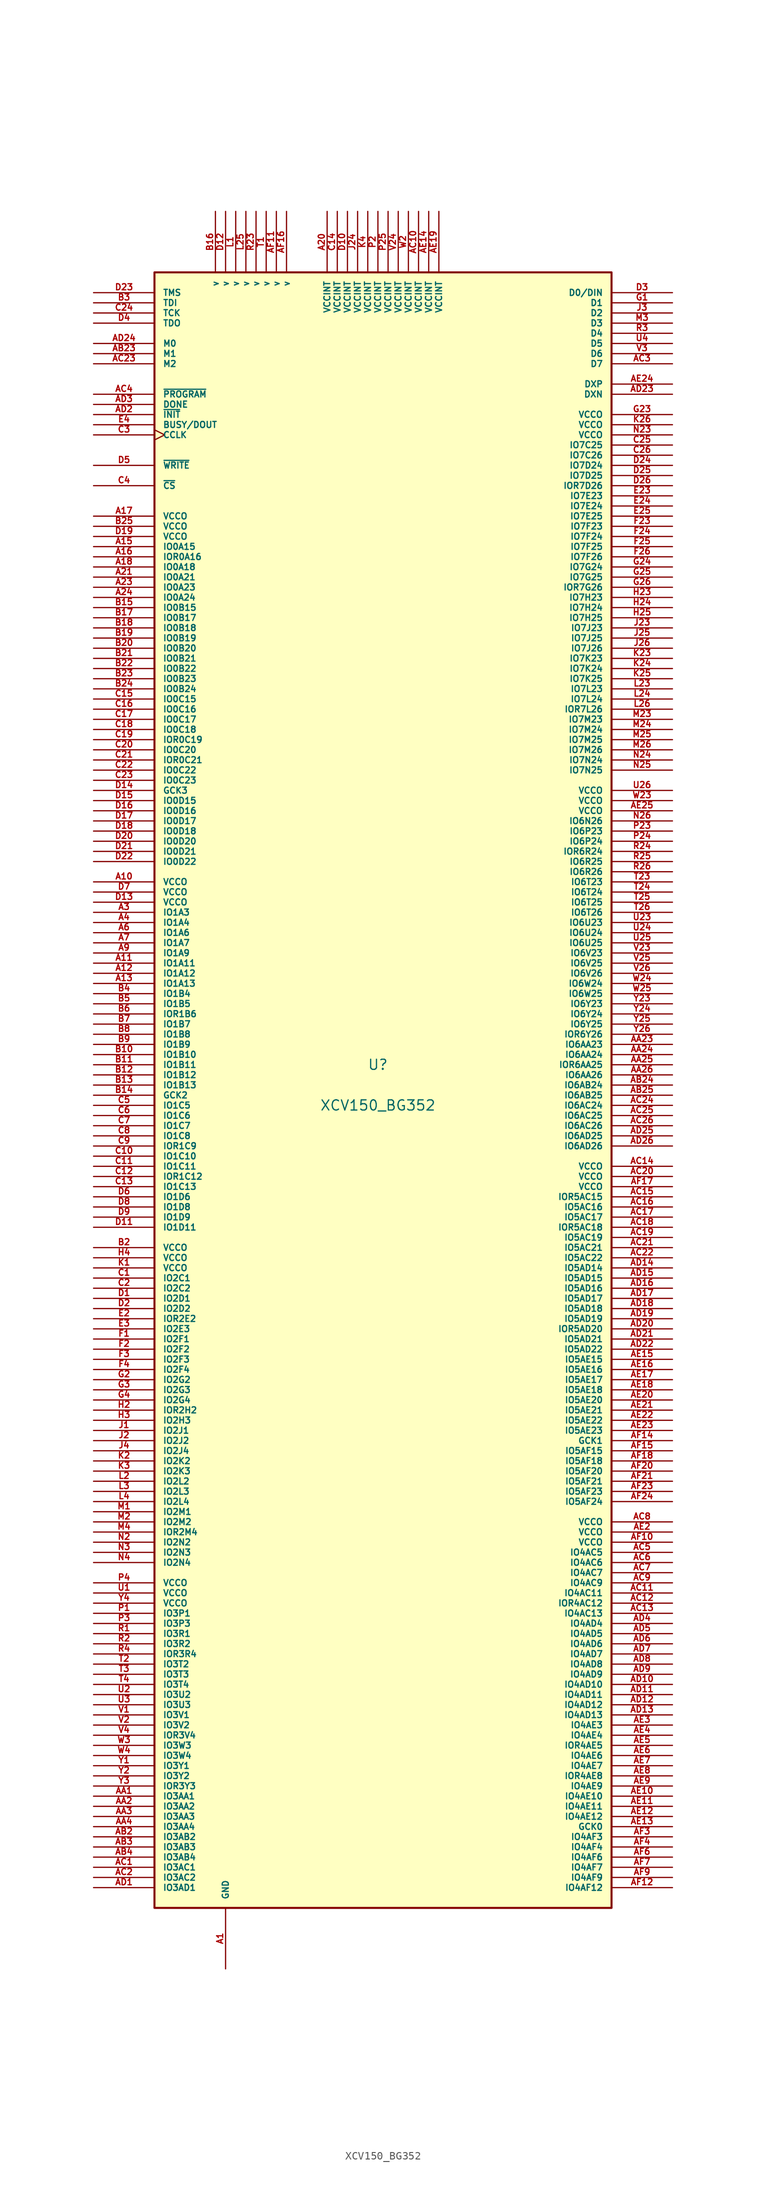
<source format=kicad_sym>
(kicad_symbol_lib
  (version 20241209)
  (generator "kicad_symbol_editor")
  (generator_version "9.0")
  (symbol "XCV150_BG352"
    (pin_names
      (offset 1.016))
    (property "Reference" "U"
      (at 0 2.54 0)
      (effects (font (size 1.27 1.27))))
    (property "Value" "XCV150_BG352"
      (at 0 -2.54 0)
      (effects (font (size 1.27 1.27))))
    (symbol "XCV150_BG352_0_1"
      (rectangle (start -27.94 101.6) (end 29.21 -102.87) (stroke (width 0.254) (type default)) (fill (type background))))
    (symbol "XCV150_BG352_1_1"
      (pin passive line (at -35.56 99.06 0) (length 7.62) (name "TMS" (effects (font (size 0.762 0.762)))) (number "D23" (effects (font (size 0.762 0.762)))))
      (pin passive line (at -35.56 97.79 0) (length 7.62) (name "TDI" (effects (font (size 0.762 0.762)))) (number "B3" (effects (font (size 0.762 0.762)))))
      (pin passive line (at -35.56 96.52 0) (length 7.62) (name "TCK" (effects (font (size 0.762 0.762)))) (number "C24" (effects (font (size 0.762 0.762)))))
      (pin passive line (at -35.56 95.25 0) (length 7.62) (name "TDO" (effects (font (size 0.762 0.762)))) (number "D4" (effects (font (size 0.762 0.762)))))
      (pin input line (at -35.56 92.71 0) (length 7.62) (name "M0" (effects (font (size 0.762 0.762)))) (number "AD24" (effects (font (size 0.762 0.762)))))
      (pin input line (at -35.56 91.44 0) (length 7.62) (name "M1" (effects (font (size 0.762 0.762)))) (number "AB23" (effects (font (size 0.762 0.762)))))
      (pin input line (at -35.56 90.17 0) (length 7.62) (name "M2" (effects (font (size 0.762 0.762)))) (number "AC23" (effects (font (size 0.762 0.762)))))
      (pin input line (at -35.56 86.36 0) (length 7.62) (name "~{PROGRAM}" (effects (font (size 0.762 0.762)))) (number "AC4" (effects (font (size 0.762 0.762)))))
      (pin bidirectional line (at -35.56 85.09 0) (length 7.62) (name "DONE" (effects (font (size 0.762 0.762)))) (number "AD3" (effects (font (size 0.762 0.762)))))
      (pin bidirectional line (at -35.56 83.82 0) (length 7.62) (name "~{INIT}" (effects (font (size 0.762 0.762)))) (number "AD2" (effects (font (size 0.762 0.762)))))
      (pin output line (at -35.56 82.55 0) (length 7.62) (name "BUSY/DOUT" (effects (font (size 0.762 0.762)))) (number "E4" (effects (font (size 0.762 0.762)))))
      (pin bidirectional clock (at -35.56 81.28 0) (length 7.62) (name "CCLK" (effects (font (size 0.762 0.762)))) (number "C3" (effects (font (size 0.762 0.762)))))
      (pin input line (at -35.56 77.47 0) (length 7.62) (name "~{WRITE}" (effects (font (size 0.762 0.762)))) (number "D5" (effects (font (size 0.762 0.762)))))
      (pin input line (at -35.56 74.93 0) (length 7.62) (name "~{CS}" (effects (font (size 0.762 0.762)))) (number "C4" (effects (font (size 0.762 0.762)))))
      (pin power_in line (at -35.56 71.12 0) (length 7.62) (name "VCCO" (effects (font (size 0.762 0.762)))) (number "A17" (effects (font (size 0.762 0.762)))))
      (pin power_in line (at -35.56 69.85 0) (length 7.62) (name "VCCO" (effects (font (size 0.762 0.762)))) (number "B25" (effects (font (size 0.762 0.762)))))
      (pin power_in line (at -35.56 68.58 0) (length 7.62) (name "VCCO" (effects (font (size 0.762 0.762)))) (number "D19" (effects (font (size 0.762 0.762)))))
      (pin bidirectional line (at -35.56 67.31 0) (length 7.62) (name "IO0A15" (effects (font (size 0.762 0.762)))) (number "A15" (effects (font (size 0.762 0.762)))))
      (pin bidirectional line (at -35.56 66.04 0) (length 7.62) (name "IOR0A16" (effects (font (size 0.762 0.762)))) (number "A16" (effects (font (size 0.762 0.762)))))
      (pin bidirectional line (at -35.56 64.77 0) (length 7.62) (name "IO0A18" (effects (font (size 0.762 0.762)))) (number "A18" (effects (font (size 0.762 0.762)))))
      (pin bidirectional line (at -35.56 63.5 0) (length 7.62) (name "IO0A21" (effects (font (size 0.762 0.762)))) (number "A21" (effects (font (size 0.762 0.762)))))
      (pin bidirectional line (at -35.56 62.23 0) (length 7.62) (name "IO0A23" (effects (font (size 0.762 0.762)))) (number "A23" (effects (font (size 0.762 0.762)))))
      (pin bidirectional line (at -35.56 60.96 0) (length 7.62) (name "IO0A24" (effects (font (size 0.762 0.762)))) (number "A24" (effects (font (size 0.762 0.762)))))
      (pin bidirectional line (at -35.56 59.69 0) (length 7.62) (name "IO0B15" (effects (font (size 0.762 0.762)))) (number "B15" (effects (font (size 0.762 0.762)))))
      (pin bidirectional line (at -35.56 58.42 0) (length 7.62) (name "IO0B17" (effects (font (size 0.762 0.762)))) (number "B17" (effects (font (size 0.762 0.762)))))
      (pin bidirectional line (at -35.56 57.15 0) (length 7.62) (name "IO0B18" (effects (font (size 0.762 0.762)))) (number "B18" (effects (font (size 0.762 0.762)))))
      (pin bidirectional line (at -35.56 55.88 0) (length 7.62) (name "IO0B19" (effects (font (size 0.762 0.762)))) (number "B19" (effects (font (size 0.762 0.762)))))
      (pin bidirectional line (at -35.56 54.61 0) (length 7.62) (name "IO0B20" (effects (font (size 0.762 0.762)))) (number "B20" (effects (font (size 0.762 0.762)))))
      (pin bidirectional line (at -35.56 53.34 0) (length 7.62) (name "IO0B21" (effects (font (size 0.762 0.762)))) (number "B21" (effects (font (size 0.762 0.762)))))
      (pin bidirectional line (at -35.56 52.07 0) (length 7.62) (name "IO0B22" (effects (font (size 0.762 0.762)))) (number "B22" (effects (font (size 0.762 0.762)))))
      (pin bidirectional line (at -35.56 50.8 0) (length 7.62) (name "IO0B23" (effects (font (size 0.762 0.762)))) (number "B23" (effects (font (size 0.762 0.762)))))
      (pin bidirectional line (at -35.56 49.53 0) (length 7.62) (name "IO0B24" (effects (font (size 0.762 0.762)))) (number "B24" (effects (font (size 0.762 0.762)))))
      (pin bidirectional line (at -35.56 48.26 0) (length 7.62) (name "IO0C15" (effects (font (size 0.762 0.762)))) (number "C15" (effects (font (size 0.762 0.762)))))
      (pin bidirectional line (at -35.56 46.99 0) (length 7.62) (name "IO0C16" (effects (font (size 0.762 0.762)))) (number "C16" (effects (font (size 0.762 0.762)))))
      (pin bidirectional line (at -35.56 45.72 0) (length 7.62) (name "IO0C17" (effects (font (size 0.762 0.762)))) (number "C17" (effects (font (size 0.762 0.762)))))
      (pin bidirectional line (at -35.56 44.45 0) (length 7.62) (name "IO0C18" (effects (font (size 0.762 0.762)))) (number "C18" (effects (font (size 0.762 0.762)))))
      (pin bidirectional line (at -35.56 43.18 0) (length 7.62) (name "IOR0C19" (effects (font (size 0.762 0.762)))) (number "C19" (effects (font (size 0.762 0.762)))))
      (pin bidirectional line (at -35.56 41.91 0) (length 7.62) (name "IO0C20" (effects (font (size 0.762 0.762)))) (number "C20" (effects (font (size 0.762 0.762)))))
      (pin bidirectional line (at -35.56 40.64 0) (length 7.62) (name "IOR0C21" (effects (font (size 0.762 0.762)))) (number "C21" (effects (font (size 0.762 0.762)))))
      (pin bidirectional line (at -35.56 39.37 0) (length 7.62) (name "IO0C22" (effects (font (size 0.762 0.762)))) (number "C22" (effects (font (size 0.762 0.762)))))
      (pin bidirectional line (at -35.56 38.1 0) (length 7.62) (name "IO0C23" (effects (font (size 0.762 0.762)))) (number "C23" (effects (font (size 0.762 0.762)))))
      (pin input line (at -35.56 36.83 0) (length 7.62) (name "GCK3" (effects (font (size 0.762 0.762)))) (number "D14" (effects (font (size 0.762 0.762)))))
      (pin bidirectional line (at -35.56 35.56 0) (length 7.62) (name "IO0D15" (effects (font (size 0.762 0.762)))) (number "D15" (effects (font (size 0.762 0.762)))))
      (pin bidirectional line (at -35.56 34.29 0) (length 7.62) (name "IO0D16" (effects (font (size 0.762 0.762)))) (number "D16" (effects (font (size 0.762 0.762)))))
      (pin bidirectional line (at -35.56 33.02 0) (length 7.62) (name "IO0D17" (effects (font (size 0.762 0.762)))) (number "D17" (effects (font (size 0.762 0.762)))))
      (pin bidirectional line (at -35.56 31.75 0) (length 7.62) (name "IO0D18" (effects (font (size 0.762 0.762)))) (number "D18" (effects (font (size 0.762 0.762)))))
      (pin bidirectional line (at -35.56 30.48 0) (length 7.62) (name "IO0D20" (effects (font (size 0.762 0.762)))) (number "D20" (effects (font (size 0.762 0.762)))))
      (pin bidirectional line (at -35.56 29.21 0) (length 7.62) (name "IO0D21" (effects (font (size 0.762 0.762)))) (number "D21" (effects (font (size 0.762 0.762)))))
      (pin bidirectional line (at -35.56 27.94 0) (length 7.62) (name "IO0D22" (effects (font (size 0.762 0.762)))) (number "D22" (effects (font (size 0.762 0.762)))))
      (pin power_in line (at -35.56 25.4 0) (length 7.62) (name "VCCO" (effects (font (size 0.762 0.762)))) (number "A10" (effects (font (size 0.762 0.762)))))
      (pin power_in line (at -35.56 24.13 0) (length 7.62) (name "VCCO" (effects (font (size 0.762 0.762)))) (number "D7" (effects (font (size 0.762 0.762)))))
      (pin power_in line (at -35.56 22.86 0) (length 7.62) (name "VCCO" (effects (font (size 0.762 0.762)))) (number "D13" (effects (font (size 0.762 0.762)))))
      (pin bidirectional line (at -35.56 21.59 0) (length 7.62) (name "IO1A3" (effects (font (size 0.762 0.762)))) (number "A3" (effects (font (size 0.762 0.762)))))
      (pin bidirectional line (at -35.56 20.32 0) (length 7.62) (name "IO1A4" (effects (font (size 0.762 0.762)))) (number "A4" (effects (font (size 0.762 0.762)))))
      (pin bidirectional line (at -35.56 19.05 0) (length 7.62) (name "IO1A6" (effects (font (size 0.762 0.762)))) (number "A6" (effects (font (size 0.762 0.762)))))
      (pin bidirectional line (at -35.56 17.78 0) (length 7.62) (name "IO1A7" (effects (font (size 0.762 0.762)))) (number "A7" (effects (font (size 0.762 0.762)))))
      (pin bidirectional line (at -35.56 16.51 0) (length 7.62) (name "IO1A9" (effects (font (size 0.762 0.762)))) (number "A9" (effects (font (size 0.762 0.762)))))
      (pin bidirectional line (at -35.56 15.24 0) (length 7.62) (name "IO1A11" (effects (font (size 0.762 0.762)))) (number "A11" (effects (font (size 0.762 0.762)))))
      (pin bidirectional line (at -35.56 13.97 0) (length 7.62) (name "IO1A12" (effects (font (size 0.762 0.762)))) (number "A12" (effects (font (size 0.762 0.762)))))
      (pin bidirectional line (at -35.56 12.7 0) (length 7.62) (name "IO1A13" (effects (font (size 0.762 0.762)))) (number "A13" (effects (font (size 0.762 0.762)))))
      (pin bidirectional line (at -35.56 11.43 0) (length 7.62) (name "IO1B4" (effects (font (size 0.762 0.762)))) (number "B4" (effects (font (size 0.762 0.762)))))
      (pin bidirectional line (at -35.56 10.16 0) (length 7.62) (name "IO1B5" (effects (font (size 0.762 0.762)))) (number "B5" (effects (font (size 0.762 0.762)))))
      (pin bidirectional line (at -35.56 8.89 0) (length 7.62) (name "IOR1B6" (effects (font (size 0.762 0.762)))) (number "B6" (effects (font (size 0.762 0.762)))))
      (pin bidirectional line (at -35.56 7.62 0) (length 7.62) (name "IO1B7" (effects (font (size 0.762 0.762)))) (number "B7" (effects (font (size 0.762 0.762)))))
      (pin bidirectional line (at -35.56 6.35 0) (length 7.62) (name "IO1B8" (effects (font (size 0.762 0.762)))) (number "B8" (effects (font (size 0.762 0.762)))))
      (pin bidirectional line (at -35.56 5.08 0) (length 7.62) (name "IO1B9" (effects (font (size 0.762 0.762)))) (number "B9" (effects (font (size 0.762 0.762)))))
      (pin bidirectional line (at -35.56 3.81 0) (length 7.62) (name "IO1B10" (effects (font (size 0.762 0.762)))) (number "B10" (effects (font (size 0.762 0.762)))))
      (pin bidirectional line (at -35.56 2.54 0) (length 7.62) (name "IO1B11" (effects (font (size 0.762 0.762)))) (number "B11" (effects (font (size 0.762 0.762)))))
      (pin bidirectional line (at -35.56 1.27 0) (length 7.62) (name "IO1B12" (effects (font (size 0.762 0.762)))) (number "B12" (effects (font (size 0.762 0.762)))))
      (pin bidirectional line (at -35.56 0 0) (length 7.62) (name "IO1B13" (effects (font (size 0.762 0.762)))) (number "B13" (effects (font (size 0.762 0.762)))))
      (pin input line (at -35.56 -1.27 0) (length 7.62) (name "GCK2" (effects (font (size 0.762 0.762)))) (number "B14" (effects (font (size 0.762 0.762)))))
      (pin bidirectional line (at -35.56 -2.54 0) (length 7.62) (name "IO1C5" (effects (font (size 0.762 0.762)))) (number "C5" (effects (font (size 0.762 0.762)))))
      (pin bidirectional line (at -35.56 -3.81 0) (length 7.62) (name "IO1C6" (effects (font (size 0.762 0.762)))) (number "C6" (effects (font (size 0.762 0.762)))))
      (pin bidirectional line (at -35.56 -5.08 0) (length 7.62) (name "IO1C7" (effects (font (size 0.762 0.762)))) (number "C7" (effects (font (size 0.762 0.762)))))
      (pin bidirectional line (at -35.56 -6.35 0) (length 7.62) (name "IO1C8" (effects (font (size 0.762 0.762)))) (number "C8" (effects (font (size 0.762 0.762)))))
      (pin bidirectional line (at -35.56 -7.62 0) (length 7.62) (name "IOR1C9" (effects (font (size 0.762 0.762)))) (number "C9" (effects (font (size 0.762 0.762)))))
      (pin bidirectional line (at -35.56 -8.89 0) (length 7.62) (name "IO1C10" (effects (font (size 0.762 0.762)))) (number "C10" (effects (font (size 0.762 0.762)))))
      (pin bidirectional line (at -35.56 -10.16 0) (length 7.62) (name "IO1C11" (effects (font (size 0.762 0.762)))) (number "C11" (effects (font (size 0.762 0.762)))))
      (pin bidirectional line (at -35.56 -11.43 0) (length 7.62) (name "IOR1C12" (effects (font (size 0.762 0.762)))) (number "C12" (effects (font (size 0.762 0.762)))))
      (pin bidirectional line (at -35.56 -12.7 0) (length 7.62) (name "IO1C13" (effects (font (size 0.762 0.762)))) (number "C13" (effects (font (size 0.762 0.762)))))
      (pin bidirectional line (at -35.56 -13.97 0) (length 7.62) (name "IO1D6" (effects (font (size 0.762 0.762)))) (number "D6" (effects (font (size 0.762 0.762)))))
      (pin bidirectional line (at -35.56 -15.24 0) (length 7.62) (name "IO1D8" (effects (font (size 0.762 0.762)))) (number "D8" (effects (font (size 0.762 0.762)))))
      (pin bidirectional line (at -35.56 -16.51 0) (length 7.62) (name "IO1D9" (effects (font (size 0.762 0.762)))) (number "D9" (effects (font (size 0.762 0.762)))))
      (pin bidirectional line (at -35.56 -17.78 0) (length 7.62) (name "IO1D11" (effects (font (size 0.762 0.762)))) (number "D11" (effects (font (size 0.762 0.762)))))
      (pin power_in line (at -35.56 -20.32 0) (length 7.62) (name "VCCO" (effects (font (size 0.762 0.762)))) (number "B2" (effects (font (size 0.762 0.762)))))
      (pin power_in line (at -35.56 -21.59 0) (length 7.62) (name "VCCO" (effects (font (size 0.762 0.762)))) (number "H4" (effects (font (size 0.762 0.762)))))
      (pin power_in line (at -35.56 -22.86 0) (length 7.62) (name "VCCO" (effects (font (size 0.762 0.762)))) (number "K1" (effects (font (size 0.762 0.762)))))
      (pin bidirectional line (at -35.56 -24.13 0) (length 7.62) (name "IO2C1" (effects (font (size 0.762 0.762)))) (number "C1" (effects (font (size 0.762 0.762)))))
      (pin bidirectional line (at -35.56 -25.4 0) (length 7.62) (name "IO2C2" (effects (font (size 0.762 0.762)))) (number "C2" (effects (font (size 0.762 0.762)))))
      (pin bidirectional line (at -35.56 -26.67 0) (length 7.62) (name "IO2D1" (effects (font (size 0.762 0.762)))) (number "D1" (effects (font (size 0.762 0.762)))))
      (pin bidirectional line (at -35.56 -27.94 0) (length 7.62) (name "IO2D2" (effects (font (size 0.762 0.762)))) (number "D2" (effects (font (size 0.762 0.762)))))
      (pin bidirectional line (at -35.56 -29.21 0) (length 7.62) (name "IOR2E2" (effects (font (size 0.762 0.762)))) (number "E2" (effects (font (size 0.762 0.762)))))
      (pin bidirectional line (at -35.56 -30.48 0) (length 7.62) (name "IO2E3" (effects (font (size 0.762 0.762)))) (number "E3" (effects (font (size 0.762 0.762)))))
      (pin bidirectional line (at -35.56 -31.75 0) (length 7.62) (name "IO2F1" (effects (font (size 0.762 0.762)))) (number "F1" (effects (font (size 0.762 0.762)))))
      (pin bidirectional line (at -35.56 -33.02 0) (length 7.62) (name "IO2F2" (effects (font (size 0.762 0.762)))) (number "F2" (effects (font (size 0.762 0.762)))))
      (pin bidirectional line (at -35.56 -34.29 0) (length 7.62) (name "IO2F3" (effects (font (size 0.762 0.762)))) (number "F3" (effects (font (size 0.762 0.762)))))
      (pin bidirectional line (at -35.56 -35.56 0) (length 7.62) (name "IO2F4" (effects (font (size 0.762 0.762)))) (number "F4" (effects (font (size 0.762 0.762)))))
      (pin bidirectional line (at -35.56 -36.83 0) (length 7.62) (name "IO2G2" (effects (font (size 0.762 0.762)))) (number "G2" (effects (font (size 0.762 0.762)))))
      (pin bidirectional line (at -35.56 -38.1 0) (length 7.62) (name "IO2G3" (effects (font (size 0.762 0.762)))) (number "G3" (effects (font (size 0.762 0.762)))))
      (pin bidirectional line (at -35.56 -39.37 0) (length 7.62) (name "IO2G4" (effects (font (size 0.762 0.762)))) (number "G4" (effects (font (size 0.762 0.762)))))
      (pin bidirectional line (at -35.56 -40.64 0) (length 7.62) (name "IOR2H2" (effects (font (size 0.762 0.762)))) (number "H2" (effects (font (size 0.762 0.762)))))
      (pin bidirectional line (at -35.56 -41.91 0) (length 7.62) (name "IO2H3" (effects (font (size 0.762 0.762)))) (number "H3" (effects (font (size 0.762 0.762)))))
      (pin bidirectional line (at -35.56 -43.18 0) (length 7.62) (name "IO2J1" (effects (font (size 0.762 0.762)))) (number "J1" (effects (font (size 0.762 0.762)))))
      (pin bidirectional line (at -35.56 -44.45 0) (length 7.62) (name "IO2J2" (effects (font (size 0.762 0.762)))) (number "J2" (effects (font (size 0.762 0.762)))))
      (pin bidirectional line (at -35.56 -45.72 0) (length 7.62) (name "IO2J4" (effects (font (size 0.762 0.762)))) (number "J4" (effects (font (size 0.762 0.762)))))
      (pin bidirectional line (at -35.56 -46.99 0) (length 7.62) (name "IO2K2" (effects (font (size 0.762 0.762)))) (number "K2" (effects (font (size 0.762 0.762)))))
      (pin bidirectional line (at -35.56 -48.26 0) (length 7.62) (name "IO2K3" (effects (font (size 0.762 0.762)))) (number "K3" (effects (font (size 0.762 0.762)))))
      (pin bidirectional line (at -35.56 -49.53 0) (length 7.62) (name "IO2L2" (effects (font (size 0.762 0.762)))) (number "L2" (effects (font (size 0.762 0.762)))))
      (pin bidirectional line (at -35.56 -50.8 0) (length 7.62) (name "IO2L3" (effects (font (size 0.762 0.762)))) (number "L3" (effects (font (size 0.762 0.762)))))
      (pin bidirectional line (at -35.56 -52.07 0) (length 7.62) (name "IO2L4" (effects (font (size 0.762 0.762)))) (number "L4" (effects (font (size 0.762 0.762)))))
      (pin bidirectional line (at -35.56 -53.34 0) (length 7.62) (name "IO2M1" (effects (font (size 0.762 0.762)))) (number "M1" (effects (font (size 0.762 0.762)))))
      (pin bidirectional line (at -35.56 -54.61 0) (length 7.62) (name "IO2M2" (effects (font (size 0.762 0.762)))) (number "M2" (effects (font (size 0.762 0.762)))))
      (pin bidirectional line (at -35.56 -55.88 0) (length 7.62) (name "IOR2M4" (effects (font (size 0.762 0.762)))) (number "M4" (effects (font (size 0.762 0.762)))))
      (pin bidirectional line (at -35.56 -57.15 0) (length 7.62) (name "IO2N2" (effects (font (size 0.762 0.762)))) (number "N2" (effects (font (size 0.762 0.762)))))
      (pin bidirectional line (at -35.56 -58.42 0) (length 7.62) (name "IO2N3" (effects (font (size 0.762 0.762)))) (number "N3" (effects (font (size 0.762 0.762)))))
      (pin bidirectional line (at -35.56 -59.69 0) (length 7.62) (name "IO2N4" (effects (font (size 0.762 0.762)))) (number "N4" (effects (font (size 0.762 0.762)))))
      (pin power_in line (at -35.56 -62.23 0) (length 7.62) (name "VCCO" (effects (font (size 0.762 0.762)))) (number "P4" (effects (font (size 0.762 0.762)))))
      (pin power_in line (at -35.56 -63.5 0) (length 7.62) (name "VCCO" (effects (font (size 0.762 0.762)))) (number "U1" (effects (font (size 0.762 0.762)))))
      (pin power_in line (at -35.56 -64.77 0) (length 7.62) (name "VCCO" (effects (font (size 0.762 0.762)))) (number "Y4" (effects (font (size 0.762 0.762)))))
      (pin bidirectional line (at -35.56 -66.04 0) (length 7.62) (name "IO3P1" (effects (font (size 0.762 0.762)))) (number "P1" (effects (font (size 0.762 0.762)))))
      (pin bidirectional line (at -35.56 -67.31 0) (length 7.62) (name "IO3P3" (effects (font (size 0.762 0.762)))) (number "P3" (effects (font (size 0.762 0.762)))))
      (pin bidirectional line (at -35.56 -68.58 0) (length 7.62) (name "IO3R1" (effects (font (size 0.762 0.762)))) (number "R1" (effects (font (size 0.762 0.762)))))
      (pin bidirectional line (at -35.56 -69.85 0) (length 7.62) (name "IO3R2" (effects (font (size 0.762 0.762)))) (number "R2" (effects (font (size 0.762 0.762)))))
      (pin bidirectional line (at -35.56 -71.12 0) (length 7.62) (name "IOR3R4" (effects (font (size 0.762 0.762)))) (number "R4" (effects (font (size 0.762 0.762)))))
      (pin bidirectional line (at -35.56 -72.39 0) (length 7.62) (name "IO3T2" (effects (font (size 0.762 0.762)))) (number "T2" (effects (font (size 0.762 0.762)))))
      (pin bidirectional line (at -35.56 -73.66 0) (length 7.62) (name "IO3T3" (effects (font (size 0.762 0.762)))) (number "T3" (effects (font (size 0.762 0.762)))))
      (pin bidirectional line (at -35.56 -74.93 0) (length 7.62) (name "IO3T4" (effects (font (size 0.762 0.762)))) (number "T4" (effects (font (size 0.762 0.762)))))
      (pin bidirectional line (at -35.56 -76.2 0) (length 7.62) (name "IO3U2" (effects (font (size 0.762 0.762)))) (number "U2" (effects (font (size 0.762 0.762)))))
      (pin bidirectional line (at -35.56 -77.47 0) (length 7.62) (name "IO3U3" (effects (font (size 0.762 0.762)))) (number "U3" (effects (font (size 0.762 0.762)))))
      (pin bidirectional line (at -35.56 -78.74 0) (length 7.62) (name "IO3V1" (effects (font (size 0.762 0.762)))) (number "V1" (effects (font (size 0.762 0.762)))))
      (pin bidirectional line (at -35.56 -80.01 0) (length 7.62) (name "IO3V2" (effects (font (size 0.762 0.762)))) (number "V2" (effects (font (size 0.762 0.762)))))
      (pin bidirectional line (at -35.56 -81.28 0) (length 7.62) (name "IOR3V4" (effects (font (size 0.762 0.762)))) (number "V4" (effects (font (size 0.762 0.762)))))
      (pin bidirectional line (at -35.56 -82.55 0) (length 7.62) (name "IO3W3" (effects (font (size 0.762 0.762)))) (number "W3" (effects (font (size 0.762 0.762)))))
      (pin bidirectional line (at -35.56 -83.82 0) (length 7.62) (name "IO3W4" (effects (font (size 0.762 0.762)))) (number "W4" (effects (font (size 0.762 0.762)))))
      (pin bidirectional line (at -35.56 -85.09 0) (length 7.62) (name "IO3Y1" (effects (font (size 0.762 0.762)))) (number "Y1" (effects (font (size 0.762 0.762)))))
      (pin bidirectional line (at -35.56 -86.36 0) (length 7.62) (name "IO3Y2" (effects (font (size 0.762 0.762)))) (number "Y2" (effects (font (size 0.762 0.762)))))
      (pin bidirectional line (at -35.56 -87.63 0) (length 7.62) (name "IOR3Y3" (effects (font (size 0.762 0.762)))) (number "Y3" (effects (font (size 0.762 0.762)))))
      (pin bidirectional line (at -35.56 -88.9 0) (length 7.62) (name "IO3AA1" (effects (font (size 0.762 0.762)))) (number "AA1" (effects (font (size 0.762 0.762)))))
      (pin bidirectional line (at -35.56 -90.17 0) (length 7.62) (name "IO3AA2" (effects (font (size 0.762 0.762)))) (number "AA2" (effects (font (size 0.762 0.762)))))
      (pin bidirectional line (at -35.56 -91.44 0) (length 7.62) (name "IO3AA3" (effects (font (size 0.762 0.762)))) (number "AA3" (effects (font (size 0.762 0.762)))))
      (pin bidirectional line (at -35.56 -92.71 0) (length 7.62) (name "IO3AA4" (effects (font (size 0.762 0.762)))) (number "AA4" (effects (font (size 0.762 0.762)))))
      (pin bidirectional line (at -35.56 -93.98 0) (length 7.62) (name "IO3AB2" (effects (font (size 0.762 0.762)))) (number "AB2" (effects (font (size 0.762 0.762)))))
      (pin bidirectional line (at -35.56 -95.25 0) (length 7.62) (name "IO3AB3" (effects (font (size 0.762 0.762)))) (number "AB3" (effects (font (size 0.762 0.762)))))
      (pin bidirectional line (at -35.56 -96.52 0) (length 7.62) (name "IO3AB4" (effects (font (size 0.762 0.762)))) (number "AB4" (effects (font (size 0.762 0.762)))))
      (pin bidirectional line (at -35.56 -97.79 0) (length 7.62) (name "IO3AC1" (effects (font (size 0.762 0.762)))) (number "AC1" (effects (font (size 0.762 0.762)))))
      (pin bidirectional line (at -35.56 -99.06 0) (length 7.62) (name "IO3AC2" (effects (font (size 0.762 0.762)))) (number "AC2" (effects (font (size 0.762 0.762)))))
      (pin bidirectional line (at -35.56 -100.33 0) (length 7.62) (name "IO3AD1" (effects (font (size 0.762 0.762)))) (number "AD1" (effects (font (size 0.762 0.762)))))
      (pin passive line (at -20.32 109.22 270) (length 7.62) (name "v" (effects (font (size 0.762 0.762)))) (number "B16" (effects (font (size 0.762 0.762)))))
      (pin passive line (at -19.05 109.22 270) (length 7.62) (name "v" (effects (font (size 0.762 0.762)))) (number "D12" (effects (font (size 0.762 0.762)))))
      (pin power_in line (at -19.05 -110.49 90) (length 7.62) (name "GND" (effects (font (size 0.762 0.762)))) (number "A1" (effects (font (size 0.762 0.762)))))
      (pin passive line (at -19.05 -110.49 90) (length 7.62) (hide yes) (name "GND" (effects (font (size 0.762 0.762)))) (number "A14" (effects (font (size 0.762 0.762)))))
      (pin passive line (at -19.05 -110.49 90) (length 7.62) (hide yes) (name "GND" (effects (font (size 0.762 0.762)))) (number "A19" (effects (font (size 0.762 0.762)))))
      (pin passive line (at -19.05 -110.49 90) (length 7.62) (hide yes) (name "GND" (effects (font (size 0.762 0.762)))) (number "A2" (effects (font (size 0.762 0.762)))))
      (pin passive line (at -19.05 -110.49 90) (length 7.62) (hide yes) (name "GND" (effects (font (size 0.762 0.762)))) (number "A22" (effects (font (size 0.762 0.762)))))
      (pin passive line (at -19.05 -110.49 90) (length 7.62) (hide yes) (name "GND" (effects (font (size 0.762 0.762)))) (number "A25" (effects (font (size 0.762 0.762)))))
      (pin passive line (at -19.05 -110.49 90) (length 7.62) (hide yes) (name "GND" (effects (font (size 0.762 0.762)))) (number "A26" (effects (font (size 0.762 0.762)))))
      (pin passive line (at -19.05 -110.49 90) (length 7.62) (hide yes) (name "GND" (effects (font (size 0.762 0.762)))) (number "A5" (effects (font (size 0.762 0.762)))))
      (pin passive line (at -19.05 -110.49 90) (length 7.62) (hide yes) (name "GND" (effects (font (size 0.762 0.762)))) (number "A8" (effects (font (size 0.762 0.762)))))
      (pin passive line (at -19.05 -110.49 90) (length 7.62) (hide yes) (name "GND" (effects (font (size 0.762 0.762)))) (number "AB1" (effects (font (size 0.762 0.762)))))
      (pin passive line (at -19.05 -110.49 90) (length 7.62) (hide yes) (name "GND" (effects (font (size 0.762 0.762)))) (number "AB26" (effects (font (size 0.762 0.762)))))
      (pin passive line (at -19.05 -110.49 90) (length 7.62) (hide yes) (name "GND" (effects (font (size 0.762 0.762)))) (number "AE1" (effects (font (size 0.762 0.762)))))
      (pin passive line (at -19.05 -110.49 90) (length 7.62) (hide yes) (name "GND" (effects (font (size 0.762 0.762)))) (number "AE26" (effects (font (size 0.762 0.762)))))
      (pin passive line (at -19.05 -110.49 90) (length 7.62) (hide yes) (name "GND" (effects (font (size 0.762 0.762)))) (number "AF1" (effects (font (size 0.762 0.762)))))
      (pin passive line (at -19.05 -110.49 90) (length 7.62) (hide yes) (name "GND" (effects (font (size 0.762 0.762)))) (number "AF13" (effects (font (size 0.762 0.762)))))
      (pin passive line (at -19.05 -110.49 90) (length 7.62) (hide yes) (name "GND" (effects (font (size 0.762 0.762)))) (number "AF19" (effects (font (size 0.762 0.762)))))
      (pin passive line (at -19.05 -110.49 90) (length 7.62) (hide yes) (name "GND" (effects (font (size 0.762 0.762)))) (number "AF2" (effects (font (size 0.762 0.762)))))
      (pin passive line (at -19.05 -110.49 90) (length 7.62) (hide yes) (name "GND" (effects (font (size 0.762 0.762)))) (number "AF22" (effects (font (size 0.762 0.762)))))
      (pin passive line (at -19.05 -110.49 90) (length 7.62) (hide yes) (name "GND" (effects (font (size 0.762 0.762)))) (number "AF25" (effects (font (size 0.762 0.762)))))
      (pin passive line (at -19.05 -110.49 90) (length 7.62) (hide yes) (name "GND" (effects (font (size 0.762 0.762)))) (number "AF26" (effects (font (size 0.762 0.762)))))
      (pin passive line (at -19.05 -110.49 90) (length 7.62) (hide yes) (name "GND" (effects (font (size 0.762 0.762)))) (number "AF5" (effects (font (size 0.762 0.762)))))
      (pin passive line (at -19.05 -110.49 90) (length 7.62) (hide yes) (name "GND" (effects (font (size 0.762 0.762)))) (number "AF8" (effects (font (size 0.762 0.762)))))
      (pin passive line (at -19.05 -110.49 90) (length 7.62) (hide yes) (name "GND" (effects (font (size 0.762 0.762)))) (number "B1" (effects (font (size 0.762 0.762)))))
      (pin passive line (at -19.05 -110.49 90) (length 7.62) (hide yes) (name "GND" (effects (font (size 0.762 0.762)))) (number "B26" (effects (font (size 0.762 0.762)))))
      (pin passive line (at -19.05 -110.49 90) (length 7.62) (hide yes) (name "GND" (effects (font (size 0.762 0.762)))) (number "E1" (effects (font (size 0.762 0.762)))))
      (pin passive line (at -19.05 -110.49 90) (length 7.62) (hide yes) (name "GND" (effects (font (size 0.762 0.762)))) (number "E26" (effects (font (size 0.762 0.762)))))
      (pin passive line (at -19.05 -110.49 90) (length 7.62) (hide yes) (name "GND" (effects (font (size 0.762 0.762)))) (number "H1" (effects (font (size 0.762 0.762)))))
      (pin passive line (at -19.05 -110.49 90) (length 7.62) (hide yes) (name "GND" (effects (font (size 0.762 0.762)))) (number "H26" (effects (font (size 0.762 0.762)))))
      (pin passive line (at -19.05 -110.49 90) (length 7.62) (hide yes) (name "GND" (effects (font (size 0.762 0.762)))) (number "N1" (effects (font (size 0.762 0.762)))))
      (pin passive line (at -19.05 -110.49 90) (length 7.62) (hide yes) (name "GND" (effects (font (size 0.762 0.762)))) (number "P26" (effects (font (size 0.762 0.762)))))
      (pin passive line (at -19.05 -110.49 90) (length 7.62) (hide yes) (name "GND" (effects (font (size 0.762 0.762)))) (number "W1" (effects (font (size 0.762 0.762)))))
      (pin passive line (at -19.05 -110.49 90) (length 7.62) (hide yes) (name "GND" (effects (font (size 0.762 0.762)))) (number "W26" (effects (font (size 0.762 0.762)))))
      (pin passive line (at -17.78 109.22 270) (length 7.62) (name "v" (effects (font (size 0.762 0.762)))) (number "L1" (effects (font (size 0.762 0.762)))))
      (pin passive line (at -16.51 109.22 270) (length 7.62) (name "v" (effects (font (size 0.762 0.762)))) (number "L25" (effects (font (size 0.762 0.762)))))
      (pin passive line (at -15.24 109.22 270) (length 7.62) (name "v" (effects (font (size 0.762 0.762)))) (number "R23" (effects (font (size 0.762 0.762)))))
      (pin passive line (at -13.97 109.22 270) (length 7.62) (name "v" (effects (font (size 0.762 0.762)))) (number "T1" (effects (font (size 0.762 0.762)))))
      (pin passive line (at -12.7 109.22 270) (length 7.62) (name "v" (effects (font (size 0.762 0.762)))) (number "AF11" (effects (font (size 0.762 0.762)))))
      (pin passive line (at -11.43 109.22 270) (length 7.62) (name "v" (effects (font (size 0.762 0.762)))) (number "AF16" (effects (font (size 0.762 0.762)))))
      (pin power_in line (at -6.35 109.22 270) (length 7.62) (name "VCCINT" (effects (font (size 0.762 0.762)))) (number "A20" (effects (font (size 0.762 0.762)))))
      (pin power_in line (at -5.08 109.22 270) (length 7.62) (name "VCCINT" (effects (font (size 0.762 0.762)))) (number "C14" (effects (font (size 0.762 0.762)))))
      (pin power_in line (at -3.81 109.22 270) (length 7.62) (name "VCCINT" (effects (font (size 0.762 0.762)))) (number "D10" (effects (font (size 0.762 0.762)))))
      (pin power_in line (at -2.54 109.22 270) (length 7.62) (name "VCCINT" (effects (font (size 0.762 0.762)))) (number "J24" (effects (font (size 0.762 0.762)))))
      (pin power_in line (at -1.27 109.22 270) (length 7.62) (name "VCCINT" (effects (font (size 0.762 0.762)))) (number "K4" (effects (font (size 0.762 0.762)))))
      (pin power_in line (at 0 109.22 270) (length 7.62) (name "VCCINT" (effects (font (size 0.762 0.762)))) (number "P2" (effects (font (size 0.762 0.762)))))
      (pin power_in line (at 1.27 109.22 270) (length 7.62) (name "VCCINT" (effects (font (size 0.762 0.762)))) (number "P25" (effects (font (size 0.762 0.762)))))
      (pin power_in line (at 2.54 109.22 270) (length 7.62) (name "VCCINT" (effects (font (size 0.762 0.762)))) (number "V24" (effects (font (size 0.762 0.762)))))
      (pin power_in line (at 3.81 109.22 270) (length 7.62) (name "VCCINT" (effects (font (size 0.762 0.762)))) (number "W2" (effects (font (size 0.762 0.762)))))
      (pin power_in line (at 5.08 109.22 270) (length 7.62) (name "VCCINT" (effects (font (size 0.762 0.762)))) (number "AC10" (effects (font (size 0.762 0.762)))))
      (pin power_in line (at 6.35 109.22 270) (length 7.62) (name "VCCINT" (effects (font (size 0.762 0.762)))) (number "AE14" (effects (font (size 0.762 0.762)))))
      (pin power_in line (at 7.62 109.22 270) (length 7.62) (name "VCCINT" (effects (font (size 0.762 0.762)))) (number "AE19" (effects (font (size 0.762 0.762)))))
      (pin bidirectional line (at 36.83 99.06 180) (length 7.62) (name "D0/DIN" (effects (font (size 0.762 0.762)))) (number "D3" (effects (font (size 0.762 0.762)))))
      (pin bidirectional line (at 36.83 97.79 180) (length 7.62) (name "D1" (effects (font (size 0.762 0.762)))) (number "G1" (effects (font (size 0.762 0.762)))))
      (pin bidirectional line (at 36.83 96.52 180) (length 7.62) (name "D2" (effects (font (size 0.762 0.762)))) (number "J3" (effects (font (size 0.762 0.762)))))
      (pin bidirectional line (at 36.83 95.25 180) (length 7.62) (name "D3" (effects (font (size 0.762 0.762)))) (number "M3" (effects (font (size 0.762 0.762)))))
      (pin bidirectional line (at 36.83 93.98 180) (length 7.62) (name "D4" (effects (font (size 0.762 0.762)))) (number "R3" (effects (font (size 0.762 0.762)))))
      (pin bidirectional line (at 36.83 92.71 180) (length 7.62) (name "D5" (effects (font (size 0.762 0.762)))) (number "U4" (effects (font (size 0.762 0.762)))))
      (pin bidirectional line (at 36.83 91.44 180) (length 7.62) (name "D6" (effects (font (size 0.762 0.762)))) (number "V3" (effects (font (size 0.762 0.762)))))
      (pin bidirectional line (at 36.83 90.17 180) (length 7.62) (name "D7" (effects (font (size 0.762 0.762)))) (number "AC3" (effects (font (size 0.762 0.762)))))
      (pin passive line (at 36.83 87.63 180) (length 7.62) (name "DXP" (effects (font (size 0.762 0.762)))) (number "AE24" (effects (font (size 0.762 0.762)))))
      (pin passive line (at 36.83 86.36 180) (length 7.62) (name "DXN" (effects (font (size 0.762 0.762)))) (number "AD23" (effects (font (size 0.762 0.762)))))
      (pin power_in line (at 36.83 83.82 180) (length 7.62) (name "VCCO" (effects (font (size 0.762 0.762)))) (number "G23" (effects (font (size 0.762 0.762)))))
      (pin power_in line (at 36.83 82.55 180) (length 7.62) (name "VCCO" (effects (font (size 0.762 0.762)))) (number "K26" (effects (font (size 0.762 0.762)))))
      (pin power_in line (at 36.83 81.28 180) (length 7.62) (name "VCCO" (effects (font (size 0.762 0.762)))) (number "N23" (effects (font (size 0.762 0.762)))))
      (pin bidirectional line (at 36.83 80.01 180) (length 7.62) (name "IO7C25" (effects (font (size 0.762 0.762)))) (number "C25" (effects (font (size 0.762 0.762)))))
      (pin bidirectional line (at 36.83 78.74 180) (length 7.62) (name "IO7C26" (effects (font (size 0.762 0.762)))) (number "C26" (effects (font (size 0.762 0.762)))))
      (pin bidirectional line (at 36.83 77.47 180) (length 7.62) (name "IO7D24" (effects (font (size 0.762 0.762)))) (number "D24" (effects (font (size 0.762 0.762)))))
      (pin bidirectional line (at 36.83 76.2 180) (length 7.62) (name "IO7D25" (effects (font (size 0.762 0.762)))) (number "D25" (effects (font (size 0.762 0.762)))))
      (pin bidirectional line (at 36.83 74.93 180) (length 7.62) (name "IOR7D26" (effects (font (size 0.762 0.762)))) (number "D26" (effects (font (size 0.762 0.762)))))
      (pin bidirectional line (at 36.83 73.66 180) (length 7.62) (name "IO7E23" (effects (font (size 0.762 0.762)))) (number "E23" (effects (font (size 0.762 0.762)))))
      (pin bidirectional line (at 36.83 72.39 180) (length 7.62) (name "IO7E24" (effects (font (size 0.762 0.762)))) (number "E24" (effects (font (size 0.762 0.762)))))
      (pin bidirectional line (at 36.83 71.12 180) (length 7.62) (name "IO7E25" (effects (font (size 0.762 0.762)))) (number "E25" (effects (font (size 0.762 0.762)))))
      (pin bidirectional line (at 36.83 69.85 180) (length 7.62) (name "IO7F23" (effects (font (size 0.762 0.762)))) (number "F23" (effects (font (size 0.762 0.762)))))
      (pin bidirectional line (at 36.83 68.58 180) (length 7.62) (name "IO7F24" (effects (font (size 0.762 0.762)))) (number "F24" (effects (font (size 0.762 0.762)))))
      (pin bidirectional line (at 36.83 67.31 180) (length 7.62) (name "IO7F25" (effects (font (size 0.762 0.762)))) (number "F25" (effects (font (size 0.762 0.762)))))
      (pin bidirectional line (at 36.83 66.04 180) (length 7.62) (name "IO7F26" (effects (font (size 0.762 0.762)))) (number "F26" (effects (font (size 0.762 0.762)))))
      (pin bidirectional line (at 36.83 64.77 180) (length 7.62) (name "IO7G24" (effects (font (size 0.762 0.762)))) (number "G24" (effects (font (size 0.762 0.762)))))
      (pin bidirectional line (at 36.83 63.5 180) (length 7.62) (name "IO7G25" (effects (font (size 0.762 0.762)))) (number "G25" (effects (font (size 0.762 0.762)))))
      (pin bidirectional line (at 36.83 62.23 180) (length 7.62) (name "IOR7G26" (effects (font (size 0.762 0.762)))) (number "G26" (effects (font (size 0.762 0.762)))))
      (pin bidirectional line (at 36.83 60.96 180) (length 7.62) (name "IO7H23" (effects (font (size 0.762 0.762)))) (number "H23" (effects (font (size 0.762 0.762)))))
      (pin bidirectional line (at 36.83 59.69 180) (length 7.62) (name "IO7H24" (effects (font (size 0.762 0.762)))) (number "H24" (effects (font (size 0.762 0.762)))))
      (pin bidirectional line (at 36.83 58.42 180) (length 7.62) (name "IO7H25" (effects (font (size 0.762 0.762)))) (number "H25" (effects (font (size 0.762 0.762)))))
      (pin bidirectional line (at 36.83 57.15 180) (length 7.62) (name "IO7J23" (effects (font (size 0.762 0.762)))) (number "J23" (effects (font (size 0.762 0.762)))))
      (pin bidirectional line (at 36.83 55.88 180) (length 7.62) (name "IO7J25" (effects (font (size 0.762 0.762)))) (number "J25" (effects (font (size 0.762 0.762)))))
      (pin bidirectional line (at 36.83 54.61 180) (length 7.62) (name "IO7J26" (effects (font (size 0.762 0.762)))) (number "J26" (effects (font (size 0.762 0.762)))))
      (pin bidirectional line (at 36.83 53.34 180) (length 7.62) (name "IO7K23" (effects (font (size 0.762 0.762)))) (number "K23" (effects (font (size 0.762 0.762)))))
      (pin bidirectional line (at 36.83 52.07 180) (length 7.62) (name "IO7K24" (effects (font (size 0.762 0.762)))) (number "K24" (effects (font (size 0.762 0.762)))))
      (pin bidirectional line (at 36.83 50.8 180) (length 7.62) (name "IO7K25" (effects (font (size 0.762 0.762)))) (number "K25" (effects (font (size 0.762 0.762)))))
      (pin bidirectional line (at 36.83 49.53 180) (length 7.62) (name "IO7L23" (effects (font (size 0.762 0.762)))) (number "L23" (effects (font (size 0.762 0.762)))))
      (pin bidirectional line (at 36.83 48.26 180) (length 7.62) (name "IO7L24" (effects (font (size 0.762 0.762)))) (number "L24" (effects (font (size 0.762 0.762)))))
      (pin bidirectional line (at 36.83 46.99 180) (length 7.62) (name "IOR7L26" (effects (font (size 0.762 0.762)))) (number "L26" (effects (font (size 0.762 0.762)))))
      (pin bidirectional line (at 36.83 45.72 180) (length 7.62) (name "IO7M23" (effects (font (size 0.762 0.762)))) (number "M23" (effects (font (size 0.762 0.762)))))
      (pin bidirectional line (at 36.83 44.45 180) (length 7.62) (name "IO7M24" (effects (font (size 0.762 0.762)))) (number "M24" (effects (font (size 0.762 0.762)))))
      (pin bidirectional line (at 36.83 43.18 180) (length 7.62) (name "IO7M25" (effects (font (size 0.762 0.762)))) (number "M25" (effects (font (size 0.762 0.762)))))
      (pin bidirectional line (at 36.83 41.91 180) (length 7.62) (name "IO7M26" (effects (font (size 0.762 0.762)))) (number "M26" (effects (font (size 0.762 0.762)))))
      (pin bidirectional line (at 36.83 40.64 180) (length 7.62) (name "IO7N24" (effects (font (size 0.762 0.762)))) (number "N24" (effects (font (size 0.762 0.762)))))
      (pin bidirectional line (at 36.83 39.37 180) (length 7.62) (name "IO7N25" (effects (font (size 0.762 0.762)))) (number "N25" (effects (font (size 0.762 0.762)))))
      (pin power_in line (at 36.83 36.83 180) (length 7.62) (name "VCCO" (effects (font (size 0.762 0.762)))) (number "U26" (effects (font (size 0.762 0.762)))))
      (pin power_in line (at 36.83 35.56 180) (length 7.62) (name "VCCO" (effects (font (size 0.762 0.762)))) (number "W23" (effects (font (size 0.762 0.762)))))
      (pin power_in line (at 36.83 34.29 180) (length 7.62) (name "VCCO" (effects (font (size 0.762 0.762)))) (number "AE25" (effects (font (size 0.762 0.762)))))
      (pin bidirectional line (at 36.83 33.02 180) (length 7.62) (name "IO6N26" (effects (font (size 0.762 0.762)))) (number "N26" (effects (font (size 0.762 0.762)))))
      (pin bidirectional line (at 36.83 31.75 180) (length 7.62) (name "IO6P23" (effects (font (size 0.762 0.762)))) (number "P23" (effects (font (size 0.762 0.762)))))
      (pin bidirectional line (at 36.83 30.48 180) (length 7.62) (name "IO6P24" (effects (font (size 0.762 0.762)))) (number "P24" (effects (font (size 0.762 0.762)))))
      (pin bidirectional line (at 36.83 29.21 180) (length 7.62) (name "IOR6R24" (effects (font (size 0.762 0.762)))) (number "R24" (effects (font (size 0.762 0.762)))))
      (pin bidirectional line (at 36.83 27.94 180) (length 7.62) (name "IO6R25" (effects (font (size 0.762 0.762)))) (number "R25" (effects (font (size 0.762 0.762)))))
      (pin bidirectional line (at 36.83 26.67 180) (length 7.62) (name "IO6R26" (effects (font (size 0.762 0.762)))) (number "R26" (effects (font (size 0.762 0.762)))))
      (pin bidirectional line (at 36.83 25.4 180) (length 7.62) (name "IO6T23" (effects (font (size 0.762 0.762)))) (number "T23" (effects (font (size 0.762 0.762)))))
      (pin bidirectional line (at 36.83 24.13 180) (length 7.62) (name "IO6T24" (effects (font (size 0.762 0.762)))) (number "T24" (effects (font (size 0.762 0.762)))))
      (pin bidirectional line (at 36.83 22.86 180) (length 7.62) (name "IO6T25" (effects (font (size 0.762 0.762)))) (number "T25" (effects (font (size 0.762 0.762)))))
      (pin bidirectional line (at 36.83 21.59 180) (length 7.62) (name "IO6T26" (effects (font (size 0.762 0.762)))) (number "T26" (effects (font (size 0.762 0.762)))))
      (pin bidirectional line (at 36.83 20.32 180) (length 7.62) (name "IO6U23" (effects (font (size 0.762 0.762)))) (number "U23" (effects (font (size 0.762 0.762)))))
      (pin bidirectional line (at 36.83 19.05 180) (length 7.62) (name "IO6U24" (effects (font (size 0.762 0.762)))) (number "U24" (effects (font (size 0.762 0.762)))))
      (pin bidirectional line (at 36.83 17.78 180) (length 7.62) (name "IO6U25" (effects (font (size 0.762 0.762)))) (number "U25" (effects (font (size 0.762 0.762)))))
      (pin bidirectional line (at 36.83 16.51 180) (length 7.62) (name "IO6V23" (effects (font (size 0.762 0.762)))) (number "V23" (effects (font (size 0.762 0.762)))))
      (pin bidirectional line (at 36.83 15.24 180) (length 7.62) (name "IO6V25" (effects (font (size 0.762 0.762)))) (number "V25" (effects (font (size 0.762 0.762)))))
      (pin bidirectional line (at 36.83 13.97 180) (length 7.62) (name "IO6V26" (effects (font (size 0.762 0.762)))) (number "V26" (effects (font (size 0.762 0.762)))))
      (pin bidirectional line (at 36.83 12.7 180) (length 7.62) (name "IO6W24" (effects (font (size 0.762 0.762)))) (number "W24" (effects (font (size 0.762 0.762)))))
      (pin bidirectional line (at 36.83 11.43 180) (length 7.62) (name "IO6W25" (effects (font (size 0.762 0.762)))) (number "W25" (effects (font (size 0.762 0.762)))))
      (pin bidirectional line (at 36.83 10.16 180) (length 7.62) (name "IO6Y23" (effects (font (size 0.762 0.762)))) (number "Y23" (effects (font (size 0.762 0.762)))))
      (pin bidirectional line (at 36.83 8.89 180) (length 7.62) (name "IO6Y24" (effects (font (size 0.762 0.762)))) (number "Y24" (effects (font (size 0.762 0.762)))))
      (pin bidirectional line (at 36.83 7.62 180) (length 7.62) (name "IO6Y25" (effects (font (size 0.762 0.762)))) (number "Y25" (effects (font (size 0.762 0.762)))))
      (pin bidirectional line (at 36.83 6.35 180) (length 7.62) (name "IOR6Y26" (effects (font (size 0.762 0.762)))) (number "Y26" (effects (font (size 0.762 0.762)))))
      (pin bidirectional line (at 36.83 5.08 180) (length 7.62) (name "IO6AA23" (effects (font (size 0.762 0.762)))) (number "AA23" (effects (font (size 0.762 0.762)))))
      (pin bidirectional line (at 36.83 3.81 180) (length 7.62) (name "IO6AA24" (effects (font (size 0.762 0.762)))) (number "AA24" (effects (font (size 0.762 0.762)))))
      (pin bidirectional line (at 36.83 2.54 180) (length 7.62) (name "IOR6AA25" (effects (font (size 0.762 0.762)))) (number "AA25" (effects (font (size 0.762 0.762)))))
      (pin bidirectional line (at 36.83 1.27 180) (length 7.62) (name "IO6AA26" (effects (font (size 0.762 0.762)))) (number "AA26" (effects (font (size 0.762 0.762)))))
      (pin bidirectional line (at 36.83 0 180) (length 7.62) (name "IO6AB24" (effects (font (size 0.762 0.762)))) (number "AB24" (effects (font (size 0.762 0.762)))))
      (pin bidirectional line (at 36.83 -1.27 180) (length 7.62) (name "IO6AB25" (effects (font (size 0.762 0.762)))) (number "AB25" (effects (font (size 0.762 0.762)))))
      (pin bidirectional line (at 36.83 -2.54 180) (length 7.62) (name "IO6AC24" (effects (font (size 0.762 0.762)))) (number "AC24" (effects (font (size 0.762 0.762)))))
      (pin bidirectional line (at 36.83 -3.81 180) (length 7.62) (name "IO6AC25" (effects (font (size 0.762 0.762)))) (number "AC25" (effects (font (size 0.762 0.762)))))
      (pin bidirectional line (at 36.83 -5.08 180) (length 7.62) (name "IO6AC26" (effects (font (size 0.762 0.762)))) (number "AC26" (effects (font (size 0.762 0.762)))))
      (pin bidirectional line (at 36.83 -6.35 180) (length 7.62) (name "IO6AD25" (effects (font (size 0.762 0.762)))) (number "AD25" (effects (font (size 0.762 0.762)))))
      (pin bidirectional line (at 36.83 -7.62 180) (length 7.62) (name "IO6AD26" (effects (font (size 0.762 0.762)))) (number "AD26" (effects (font (size 0.762 0.762)))))
      (pin power_in line (at 36.83 -10.16 180) (length 7.62) (name "VCCO" (effects (font (size 0.762 0.762)))) (number "AC14" (effects (font (size 0.762 0.762)))))
      (pin power_in line (at 36.83 -11.43 180) (length 7.62) (name "VCCO" (effects (font (size 0.762 0.762)))) (number "AC20" (effects (font (size 0.762 0.762)))))
      (pin power_in line (at 36.83 -12.7 180) (length 7.62) (name "VCCO" (effects (font (size 0.762 0.762)))) (number "AF17" (effects (font (size 0.762 0.762)))))
      (pin bidirectional line (at 36.83 -13.97 180) (length 7.62) (name "IOR5AC15" (effects (font (size 0.762 0.762)))) (number "AC15" (effects (font (size 0.762 0.762)))))
      (pin bidirectional line (at 36.83 -15.24 180) (length 7.62) (name "IO5AC16" (effects (font (size 0.762 0.762)))) (number "AC16" (effects (font (size 0.762 0.762)))))
      (pin bidirectional line (at 36.83 -16.51 180) (length 7.62) (name "IO5AC17" (effects (font (size 0.762 0.762)))) (number "AC17" (effects (font (size 0.762 0.762)))))
      (pin bidirectional line (at 36.83 -17.78 180) (length 7.62) (name "IOR5AC18" (effects (font (size 0.762 0.762)))) (number "AC18" (effects (font (size 0.762 0.762)))))
      (pin bidirectional line (at 36.83 -19.05 180) (length 7.62) (name "IO5AC19" (effects (font (size 0.762 0.762)))) (number "AC19" (effects (font (size 0.762 0.762)))))
      (pin bidirectional line (at 36.83 -20.32 180) (length 7.62) (name "IO5AC21" (effects (font (size 0.762 0.762)))) (number "AC21" (effects (font (size 0.762 0.762)))))
      (pin bidirectional line (at 36.83 -21.59 180) (length 7.62) (name "IO5AC22" (effects (font (size 0.762 0.762)))) (number "AC22" (effects (font (size 0.762 0.762)))))
      (pin bidirectional line (at 36.83 -22.86 180) (length 7.62) (name "IO5AD14" (effects (font (size 0.762 0.762)))) (number "AD14" (effects (font (size 0.762 0.762)))))
      (pin bidirectional line (at 36.83 -24.13 180) (length 7.62) (name "IO5AD15" (effects (font (size 0.762 0.762)))) (number "AD15" (effects (font (size 0.762 0.762)))))
      (pin bidirectional line (at 36.83 -25.4 180) (length 7.62) (name "IO5AD16" (effects (font (size 0.762 0.762)))) (number "AD16" (effects (font (size 0.762 0.762)))))
      (pin bidirectional line (at 36.83 -26.67 180) (length 7.62) (name "IO5AD17" (effects (font (size 0.762 0.762)))) (number "AD17" (effects (font (size 0.762 0.762)))))
      (pin bidirectional line (at 36.83 -27.94 180) (length 7.62) (name "IO5AD18" (effects (font (size 0.762 0.762)))) (number "AD18" (effects (font (size 0.762 0.762)))))
      (pin bidirectional line (at 36.83 -29.21 180) (length 7.62) (name "IO5AD19" (effects (font (size 0.762 0.762)))) (number "AD19" (effects (font (size 0.762 0.762)))))
      (pin bidirectional line (at 36.83 -30.48 180) (length 7.62) (name "IOR5AD20" (effects (font (size 0.762 0.762)))) (number "AD20" (effects (font (size 0.762 0.762)))))
      (pin bidirectional line (at 36.83 -31.75 180) (length 7.62) (name "IO5AD21" (effects (font (size 0.762 0.762)))) (number "AD21" (effects (font (size 0.762 0.762)))))
      (pin bidirectional line (at 36.83 -33.02 180) (length 7.62) (name "IO5AD22" (effects (font (size 0.762 0.762)))) (number "AD22" (effects (font (size 0.762 0.762)))))
      (pin bidirectional line (at 36.83 -34.29 180) (length 7.62) (name "IO5AE15" (effects (font (size 0.762 0.762)))) (number "AE15" (effects (font (size 0.762 0.762)))))
      (pin bidirectional line (at 36.83 -35.56 180) (length 7.62) (name "IO5AE16" (effects (font (size 0.762 0.762)))) (number "AE16" (effects (font (size 0.762 0.762)))))
      (pin bidirectional line (at 36.83 -36.83 180) (length 7.62) (name "IO5AE17" (effects (font (size 0.762 0.762)))) (number "AE17" (effects (font (size 0.762 0.762)))))
      (pin bidirectional line (at 36.83 -38.1 180) (length 7.62) (name "IO5AE18" (effects (font (size 0.762 0.762)))) (number "AE18" (effects (font (size 0.762 0.762)))))
      (pin bidirectional line (at 36.83 -39.37 180) (length 7.62) (name "IO5AE20" (effects (font (size 0.762 0.762)))) (number "AE20" (effects (font (size 0.762 0.762)))))
      (pin bidirectional line (at 36.83 -40.64 180) (length 7.62) (name "IO5AE21" (effects (font (size 0.762 0.762)))) (number "AE21" (effects (font (size 0.762 0.762)))))
      (pin bidirectional line (at 36.83 -41.91 180) (length 7.62) (name "IO5AE22" (effects (font (size 0.762 0.762)))) (number "AE22" (effects (font (size 0.762 0.762)))))
      (pin bidirectional line (at 36.83 -43.18 180) (length 7.62) (name "IO5AE23" (effects (font (size 0.762 0.762)))) (number "AE23" (effects (font (size 0.762 0.762)))))
      (pin input line (at 36.83 -44.45 180) (length 7.62) (name "GCK1" (effects (font (size 0.762 0.762)))) (number "AF14" (effects (font (size 0.762 0.762)))))
      (pin bidirectional line (at 36.83 -45.72 180) (length 7.62) (name "IO5AF15" (effects (font (size 0.762 0.762)))) (number "AF15" (effects (font (size 0.762 0.762)))))
      (pin bidirectional line (at 36.83 -46.99 180) (length 7.62) (name "IO5AF18" (effects (font (size 0.762 0.762)))) (number "AF18" (effects (font (size 0.762 0.762)))))
      (pin bidirectional line (at 36.83 -48.26 180) (length 7.62) (name "IO5AF20" (effects (font (size 0.762 0.762)))) (number "AF20" (effects (font (size 0.762 0.762)))))
      (pin bidirectional line (at 36.83 -49.53 180) (length 7.62) (name "IO5AF21" (effects (font (size 0.762 0.762)))) (number "AF21" (effects (font (size 0.762 0.762)))))
      (pin bidirectional line (at 36.83 -50.8 180) (length 7.62) (name "IO5AF23" (effects (font (size 0.762 0.762)))) (number "AF23" (effects (font (size 0.762 0.762)))))
      (pin bidirectional line (at 36.83 -52.07 180) (length 7.62) (name "IO5AF24" (effects (font (size 0.762 0.762)))) (number "AF24" (effects (font (size 0.762 0.762)))))
      (pin power_in line (at 36.83 -54.61 180) (length 7.62) (name "VCCO" (effects (font (size 0.762 0.762)))) (number "AC8" (effects (font (size 0.762 0.762)))))
      (pin power_in line (at 36.83 -55.88 180) (length 7.62) (name "VCCO" (effects (font (size 0.762 0.762)))) (number "AE2" (effects (font (size 0.762 0.762)))))
      (pin power_in line (at 36.83 -57.15 180) (length 7.62) (name "VCCO" (effects (font (size 0.762 0.762)))) (number "AF10" (effects (font (size 0.762 0.762)))))
      (pin bidirectional line (at 36.83 -58.42 180) (length 7.62) (name "IO4AC5" (effects (font (size 0.762 0.762)))) (number "AC5" (effects (font (size 0.762 0.762)))))
      (pin bidirectional line (at 36.83 -59.69 180) (length 7.62) (name "IO4AC6" (effects (font (size 0.762 0.762)))) (number "AC6" (effects (font (size 0.762 0.762)))))
      (pin bidirectional line (at 36.83 -60.96 180) (length 7.62) (name "IO4AC7" (effects (font (size 0.762 0.762)))) (number "AC7" (effects (font (size 0.762 0.762)))))
      (pin bidirectional line (at 36.83 -62.23 180) (length 7.62) (name "IO4AC9" (effects (font (size 0.762 0.762)))) (number "AC9" (effects (font (size 0.762 0.762)))))
      (pin bidirectional line (at 36.83 -63.5 180) (length 7.62) (name "IO4AC11" (effects (font (size 0.762 0.762)))) (number "AC11" (effects (font (size 0.762 0.762)))))
      (pin bidirectional line (at 36.83 -64.77 180) (length 7.62) (name "IOR4AC12" (effects (font (size 0.762 0.762)))) (number "AC12" (effects (font (size 0.762 0.762)))))
      (pin bidirectional line (at 36.83 -66.04 180) (length 7.62) (name "IO4AC13" (effects (font (size 0.762 0.762)))) (number "AC13" (effects (font (size 0.762 0.762)))))
      (pin bidirectional line (at 36.83 -67.31 180) (length 7.62) (name "IO4AD4" (effects (font (size 0.762 0.762)))) (number "AD4" (effects (font (size 0.762 0.762)))))
      (pin bidirectional line (at 36.83 -68.58 180) (length 7.62) (name "IO4AD5" (effects (font (size 0.762 0.762)))) (number "AD5" (effects (font (size 0.762 0.762)))))
      (pin bidirectional line (at 36.83 -69.85 180) (length 7.62) (name "IO4AD6" (effects (font (size 0.762 0.762)))) (number "AD6" (effects (font (size 0.762 0.762)))))
      (pin bidirectional line (at 36.83 -71.12 180) (length 7.62) (name "IO4AD7" (effects (font (size 0.762 0.762)))) (number "AD7" (effects (font (size 0.762 0.762)))))
      (pin bidirectional line (at 36.83 -72.39 180) (length 7.62) (name "IO4AD8" (effects (font (size 0.762 0.762)))) (number "AD8" (effects (font (size 0.762 0.762)))))
      (pin bidirectional line (at 36.83 -73.66 180) (length 7.62) (name "IO4AD9" (effects (font (size 0.762 0.762)))) (number "AD9" (effects (font (size 0.762 0.762)))))
      (pin bidirectional line (at 36.83 -74.93 180) (length 7.62) (name "IO4AD10" (effects (font (size 0.762 0.762)))) (number "AD10" (effects (font (size 0.762 0.762)))))
      (pin bidirectional line (at 36.83 -76.2 180) (length 7.62) (name "IO4AD11" (effects (font (size 0.762 0.762)))) (number "AD11" (effects (font (size 0.762 0.762)))))
      (pin bidirectional line (at 36.83 -77.47 180) (length 7.62) (name "IO4AD12" (effects (font (size 0.762 0.762)))) (number "AD12" (effects (font (size 0.762 0.762)))))
      (pin bidirectional line (at 36.83 -78.74 180) (length 7.62) (name "IO4AD13" (effects (font (size 0.762 0.762)))) (number "AD13" (effects (font (size 0.762 0.762)))))
      (pin bidirectional line (at 36.83 -80.01 180) (length 7.62) (name "IO4AE3" (effects (font (size 0.762 0.762)))) (number "AE3" (effects (font (size 0.762 0.762)))))
      (pin bidirectional line (at 36.83 -81.28 180) (length 7.62) (name "IO4AE4" (effects (font (size 0.762 0.762)))) (number "AE4" (effects (font (size 0.762 0.762)))))
      (pin bidirectional line (at 36.83 -82.55 180) (length 7.62) (name "IOR4AE5" (effects (font (size 0.762 0.762)))) (number "AE5" (effects (font (size 0.762 0.762)))))
      (pin bidirectional line (at 36.83 -83.82 180) (length 7.62) (name "IO4AE6" (effects (font (size 0.762 0.762)))) (number "AE6" (effects (font (size 0.762 0.762)))))
      (pin bidirectional line (at 36.83 -85.09 180) (length 7.62) (name "IO4AE7" (effects (font (size 0.762 0.762)))) (number "AE7" (effects (font (size 0.762 0.762)))))
      (pin bidirectional line (at 36.83 -86.36 180) (length 7.62) (name "IOR4AE8" (effects (font (size 0.762 0.762)))) (number "AE8" (effects (font (size 0.762 0.762)))))
      (pin bidirectional line (at 36.83 -87.63 180) (length 7.62) (name "IO4AE9" (effects (font (size 0.762 0.762)))) (number "AE9" (effects (font (size 0.762 0.762)))))
      (pin bidirectional line (at 36.83 -88.9 180) (length 7.62) (name "IO4AE10" (effects (font (size 0.762 0.762)))) (number "AE10" (effects (font (size 0.762 0.762)))))
      (pin bidirectional line (at 36.83 -90.17 180) (length 7.62) (name "IO4AE11" (effects (font (size 0.762 0.762)))) (number "AE11" (effects (font (size 0.762 0.762)))))
      (pin bidirectional line (at 36.83 -91.44 180) (length 7.62) (name "IO4AE12" (effects (font (size 0.762 0.762)))) (number "AE12" (effects (font (size 0.762 0.762)))))
      (pin input line (at 36.83 -92.71 180) (length 7.62) (name "GCK0" (effects (font (size 0.762 0.762)))) (number "AE13" (effects (font (size 0.762 0.762)))))
      (pin bidirectional line (at 36.83 -93.98 180) (length 7.62) (name "IO4AF3" (effects (font (size 0.762 0.762)))) (number "AF3" (effects (font (size 0.762 0.762)))))
      (pin bidirectional line (at 36.83 -95.25 180) (length 7.62) (name "IO4AF4" (effects (font (size 0.762 0.762)))) (number "AF4" (effects (font (size 0.762 0.762)))))
      (pin bidirectional line (at 36.83 -96.52 180) (length 7.62) (name "IO4AF6" (effects (font (size 0.762 0.762)))) (number "AF6" (effects (font (size 0.762 0.762)))))
      (pin bidirectional line (at 36.83 -97.79 180) (length 7.62) (name "IO4AF7" (effects (font (size 0.762 0.762)))) (number "AF7" (effects (font (size 0.762 0.762)))))
      (pin bidirectional line (at 36.83 -99.06 180) (length 7.62) (name "IO4AF9" (effects (font (size 0.762 0.762)))) (number "AF9" (effects (font (size 0.762 0.762)))))
      (pin bidirectional line (at 36.83 -100.33 180) (length 7.62) (name "IO4AF12" (effects (font (size 0.762 0.762)))) (number "AF12" (effects (font (size 0.762 0.762))))))))
</source>
